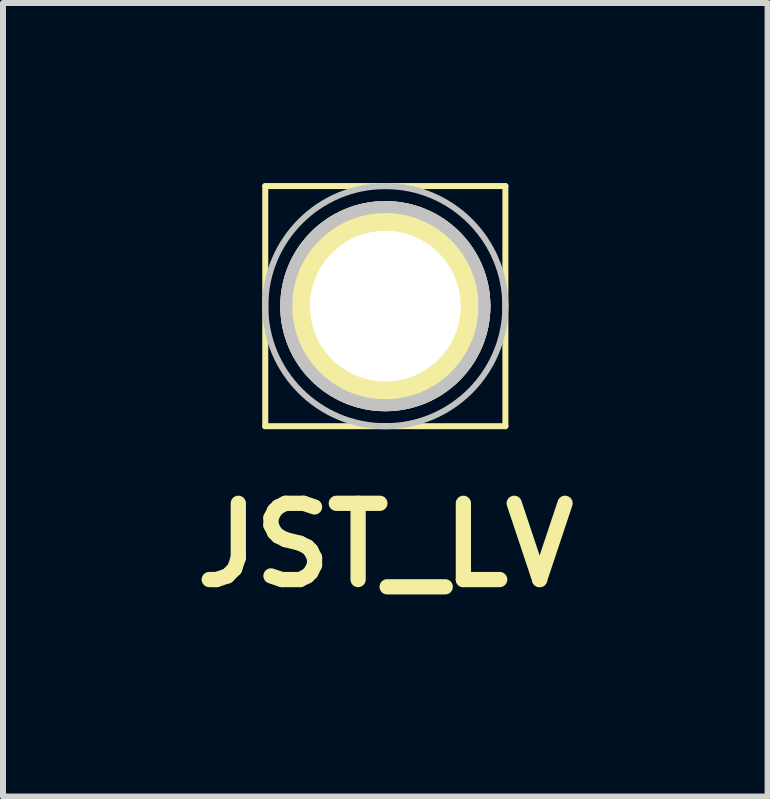
<source format=kicad_pcb>
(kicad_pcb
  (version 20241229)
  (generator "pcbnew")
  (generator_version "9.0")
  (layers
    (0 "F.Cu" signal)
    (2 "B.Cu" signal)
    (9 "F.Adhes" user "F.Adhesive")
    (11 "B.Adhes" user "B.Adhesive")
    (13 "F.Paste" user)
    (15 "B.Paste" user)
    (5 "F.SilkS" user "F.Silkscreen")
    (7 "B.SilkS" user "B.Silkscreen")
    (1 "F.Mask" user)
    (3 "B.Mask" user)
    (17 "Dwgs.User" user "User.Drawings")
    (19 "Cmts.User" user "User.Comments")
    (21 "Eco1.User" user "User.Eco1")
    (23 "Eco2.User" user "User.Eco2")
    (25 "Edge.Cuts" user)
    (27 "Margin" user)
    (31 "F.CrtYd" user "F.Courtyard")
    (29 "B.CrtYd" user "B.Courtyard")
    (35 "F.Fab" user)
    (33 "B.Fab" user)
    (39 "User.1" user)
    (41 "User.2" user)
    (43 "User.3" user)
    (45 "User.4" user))
  (footprint "JST_LV"
    (layer "F.Cu")
    (at 3.369 2.05)
    (property "Reference" "JST_LV" (at 0 3.98 0) (layer "F.SilkS") (effects (font (size 1.27 1.27) (thickness 0.254))))
    (attr through_hole)
    (fp_line (start -2 -2) (end 2 -2) (stroke (width 0.1) (type solid)) (layer "F.SilkS"))
    (fp_line (start -2 2) (end -2 -2) (stroke (width 0.1) (type solid)) (layer "F.SilkS"))
    (fp_line (start 2 -2) (end 2 2) (stroke (width 0.1) (type solid)) (layer "F.SilkS"))
    (fp_line (start 2 2) (end -2 2) (stroke (width 0.1) (type solid)) (layer "F.SilkS"))
    (fp_line (start -1.65 0) (end -1.65 0) (stroke (width 0.2) (type solid)) (layer "Dwgs.User"))
    (fp_line (start 1.65 0) (end 1.65 0) (stroke (width 0.2) (type solid)) (layer "Dwgs.User"))
    (fp_arc (start -2 0) (mid 0 -2) (end 2 0) (stroke (width 0.1) (type solid)) (layer "Dwgs.User"))
    (fp_arc (start -1.65 0) (mid 0 -1.65) (end 1.65 0) (stroke (width 0.2) (type solid)) (layer "Dwgs.User"))
    (fp_arc (start 1.65 0) (mid 0 1.65) (end -1.65 0) (stroke (width 0.2) (type solid)) (layer "Dwgs.User"))
    (fp_arc (start 2 0) (mid 0 2) (end -2 0) (stroke (width 0.1) (type solid)) (layer "Dwgs.User"))
    (pad "1" thru_hole circle (at 0 0 90) (size 3.5 3.5) (drill 2.51) (layers "*.Cu" "*.Mask" "F.SilkS")))
  (gr_rect
    (start -3 -3)
    (end 9.737 10.219)
    (stroke (width 0.1) (type default))
    (fill no)
    (layer "Edge.Cuts")))
</source>
